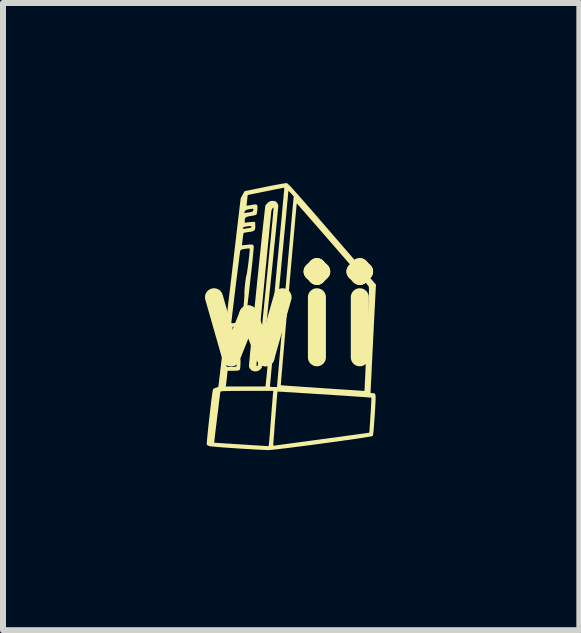
<source format=kicad_pcb>
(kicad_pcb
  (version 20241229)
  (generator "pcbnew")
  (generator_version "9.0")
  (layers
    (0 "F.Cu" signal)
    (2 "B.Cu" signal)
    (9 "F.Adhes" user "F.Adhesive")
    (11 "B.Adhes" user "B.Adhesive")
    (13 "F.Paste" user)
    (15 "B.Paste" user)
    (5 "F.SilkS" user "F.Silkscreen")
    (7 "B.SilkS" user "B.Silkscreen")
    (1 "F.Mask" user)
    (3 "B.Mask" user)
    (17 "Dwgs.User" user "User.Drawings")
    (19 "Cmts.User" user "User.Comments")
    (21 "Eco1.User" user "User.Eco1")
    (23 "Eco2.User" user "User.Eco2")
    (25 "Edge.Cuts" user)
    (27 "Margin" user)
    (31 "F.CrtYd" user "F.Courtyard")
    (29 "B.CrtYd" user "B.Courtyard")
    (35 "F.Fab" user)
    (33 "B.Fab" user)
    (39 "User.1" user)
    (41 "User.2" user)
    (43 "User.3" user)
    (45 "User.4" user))
  (footprint "wii"
    (layer "F.Cu")
    (at 1.8 2.223)
    (property "Reference" "wii" (at 0 0 0) (layer "F.SilkS") (effects (font (size 1.5 1.5) (thickness 0.3))))
    (attr board_only exclude_from_pos_files exclude_from_bom)
    (fp_poly (pts (xy -0.278 -1.926) (xy -0.258 -1.918) (xy -0.241 -1.901) (xy -0.238 -1.899) (xy -0.222 -1.874) (xy -0.214 -1.85) (xy -0.214 -1.846) (xy -0.215 -1.833) (xy -0.218 -1.803) (xy -0.222 -1.758) (xy -0.228 -1.697) (xy -0.235 -1.624) (xy -0.244 -1.538) (xy -0.253 -1.441) (xy -0.264 -1.335) (xy -0.276 -1.221) (xy -0.288 -1.1) (xy -0.301 -0.973) (xy -0.314 -0.841) (xy -0.328 -0.707) (xy -0.342 -0.57) (xy -0.356 -0.433) (xy -0.37 -0.296) (xy -0.384 -0.161) (xy -0.397 -0.03) (xy -0.41 0.098) (xy -0.423 0.219) (xy -0.435 0.334) (xy -0.446 0.44) (xy -0.456 0.537) (xy -0.465 0.623) (xy -0.473 0.698) (xy -0.479 0.758) (xy -0.484 0.805) (xy -0.488 0.835) (xy -0.489 0.849) (xy -0.49 0.849) (xy -0.5 0.865) (xy -0.518 0.885) (xy -0.523 0.889) (xy -0.559 0.908) (xy -0.602 0.914) (xy -0.643 0.905) (xy -0.669 0.889) (xy -0.691 0.863) (xy -0.703 0.835) (xy -0.703 0.835) (xy -0.703 0.822) (xy -0.701 0.803) (xy -0.577 0.803) (xy -0.575 0.822) (xy -0.569 0.829) (xy -0.561 0.821) (xy -0.555 0.803) (xy -0.553 0.788) (xy -0.549 0.756) (xy -0.544 0.708) (xy -0.537 0.646) (xy -0.529 0.571) (xy -0.52 0.485) (xy -0.51 0.387) (xy -0.499 0.281) (xy -0.487 0.167) (xy -0.475 0.046) (xy -0.462 -0.08) (xy -0.449 -0.211) (xy -0.436 -0.344) (xy -0.422 -0.478) (xy -0.409 -0.613) (xy -0.395 -0.747) (xy -0.382 -0.879) (xy -0.37 -1.007) (xy -0.358 -1.13) (xy -0.346 -1.247) (xy -0.335 -1.357) (xy -0.326 -1.457) (xy -0.317 -1.548) (xy -0.309 -1.628) (xy -0.303 -1.695) (xy -0.298 -1.749) (xy -0.295 -1.787) (xy -0.293 -1.809) (xy -0.293 -1.814) (xy -0.303 -1.813) (xy -0.314 -1.799) (xy -0.325 -1.777) (xy -0.33 -1.756) (xy -0.332 -1.742) (xy -0.335 -1.711) (xy -0.34 -1.665) (xy -0.346 -1.604) (xy -0.353 -1.53) (xy -0.362 -1.444) (xy -0.371 -1.347) (xy -0.382 -1.241) (xy -0.393 -1.127) (xy -0.405 -1.007) (xy -0.417 -0.881) (xy -0.43 -0.751) (xy -0.442 -0.619) (xy -0.455 -0.485) (xy -0.468 -0.351) (xy -0.481 -0.218) (xy -0.494 -0.088) (xy -0.506 0.039) (xy -0.517 0.16) (xy -0.528 0.275) (xy -0.538 0.382) (xy -0.548 0.479) (xy -0.556 0.567) (xy -0.563 0.643) (xy -0.569 0.705) (xy -0.573 0.754) (xy -0.576 0.786) (xy -0.577 0.802) (xy -0.577 0.803) (xy -0.701 0.803) (xy -0.701 0.792) (xy -0.697 0.747) (xy -0.691 0.686) (xy -0.685 0.612) (xy -0.676 0.526) (xy -0.667 0.43) (xy -0.657 0.324) (xy -0.646 0.209) (xy -0.634 0.088) (xy -0.621 -0.039) (xy -0.608 -0.171) (xy -0.594 -0.306) (xy -0.58 -0.442) (xy -0.566 -0.58) (xy -0.552 -0.716) (xy -0.538 -0.851) (xy -0.525 -0.982) (xy -0.511 -1.109) (xy -0.499 -1.23) (xy -0.487 -1.345) (xy -0.475 -1.45) (xy -0.465 -1.547) (xy -0.455 -1.632) (xy -0.447 -1.705) (xy -0.44 -1.765) (xy -0.435 -1.811) (xy -0.431 -1.84) (xy -0.429 -1.852) (xy -0.429 -1.852) (xy -0.416 -1.868) (xy -0.396 -1.889) (xy -0.386 -1.898) (xy -0.361 -1.917) (xy -0.335 -1.926) (xy -0.308 -1.927)) (stroke (width 0) (type solid)) (fill yes) (layer "F.SilkS"))
    (fp_poly (pts (xy -0.073 -2.222) (xy -0.066 -2.218) (xy -0.056 -2.211) (xy -0.044 -2.2) (xy -0.028 -2.184) (xy -0.007 -2.163) (xy 0.018 -2.136) (xy 0.049 -2.102) (xy 0.086 -2.06) (xy 0.131 -2.01) (xy 0.183 -1.951) (xy 0.243 -1.882) (xy 0.312 -1.803) (xy 0.391 -1.713) (xy 0.479 -1.61) (xy 0.579 -1.495) (xy 0.682 -1.376) (xy 1.413 -0.531) (xy 1.409 -0.473) (xy 1.408 -0.457) (xy 1.407 -0.425) (xy 1.404 -0.378) (xy 1.401 -0.317) (xy 1.397 -0.245) (xy 1.393 -0.162) (xy 1.388 -0.071) (xy 1.383 0.028) (xy 1.378 0.131) (xy 1.373 0.239) (xy 1.367 0.349) (xy 1.362 0.46) (xy 1.356 0.57) (xy 1.351 0.677) (xy 1.346 0.781) (xy 1.341 0.878) (xy 1.337 0.969) (xy 1.333 1.05) (xy 1.329 1.121) (xy 1.326 1.18) (xy 1.324 1.225) (xy 1.323 1.255) (xy 1.322 1.268) (xy 1.322 1.268) (xy 1.33 1.273) (xy 1.35 1.276) (xy 1.353 1.276) (xy 1.369 1.276) (xy 1.382 1.277) (xy 1.391 1.282) (xy 1.399 1.291) (xy 1.404 1.307) (xy 1.406 1.331) (xy 1.407 1.366) (xy 1.405 1.411) (xy 1.402 1.47) (xy 1.398 1.545) (xy 1.392 1.636) (xy 1.392 1.642) (xy 1.385 1.738) (xy 1.379 1.817) (xy 1.374 1.879) (xy 1.37 1.926) (xy 1.365 1.96) (xy 1.361 1.98) (xy 1.357 1.989) (xy 1.346 1.993) (xy 1.318 1.998) (xy 1.274 2.006) (xy 1.217 2.015) (xy 1.147 2.026) (xy 1.067 2.038) (xy 0.978 2.051) (xy 0.881 2.064) (xy 0.778 2.079) (xy 0.672 2.093) (xy 0.562 2.108) (xy 0.451 2.123) (xy 0.341 2.138) (xy 0.233 2.152) (xy 0.128 2.165) (xy 0.029 2.178) (xy -0.064 2.19) (xy -0.149 2.2) (xy -0.223 2.209) (xy -0.286 2.216) (xy -0.337 2.221) (xy -0.372 2.223) (xy -0.389 2.224) (xy -0.415 2.223) (xy -0.458 2.221) (xy -0.514 2.218) (xy -0.582 2.215) (xy -0.66 2.21) (xy -0.744 2.205) (xy -0.832 2.2) (xy -0.894 2.196) (xy -0.982 2.19) (xy -1.066 2.184) (xy -1.144 2.179) (xy -1.212 2.173) (xy -1.27 2.168) (xy -1.316 2.164) (xy -1.346 2.161) (xy -1.357 2.159) (xy -1.384 2.149) (xy -1.402 2.137) (xy -1.406 2.132) (xy -1.406 2.121) (xy -1.405 2.098) (xy -1.282 2.098) (xy -1.282 2.101) (xy -1.273 2.101) (xy -1.246 2.103) (xy -1.205 2.106) (xy -1.151 2.109) (xy -1.085 2.114) (xy -1.01 2.118) (xy -0.927 2.124) (xy -0.838 2.129) (xy -0.833 2.13) (xy -0.744 2.135) (xy -0.66 2.141) (xy -0.584 2.145) (xy -0.517 2.15) (xy -0.462 2.153) (xy -0.419 2.156) (xy -0.391 2.158) (xy -0.38 2.159) (xy -0.38 2.159) (xy -0.376 2.151) (xy -0.373 2.135) (xy -0.298 2.135) (xy -0.296 2.148) (xy -0.294 2.151) (xy -0.284 2.15) (xy -0.257 2.146) (xy -0.215 2.14) (xy -0.158 2.133) (xy -0.088 2.123) (xy -0.006 2.112) (xy 0.086 2.1) (xy 0.188 2.086) (xy 0.297 2.071) (xy 0.412 2.056) (xy 0.504 2.043) (xy 0.624 2.027) (xy 0.738 2.012) (xy 0.845 1.997) (xy 0.944 1.983) (xy 1.034 1.971) (xy 1.113 1.96) (xy 1.18 1.951) (xy 1.233 1.944) (xy 1.272 1.938) (xy 1.294 1.935) (xy 1.3 1.934) (xy 1.302 1.924) (xy 1.304 1.898) (xy 1.307 1.86) (xy 1.31 1.811) (xy 1.314 1.754) (xy 1.318 1.692) (xy 1.322 1.629) (xy 1.326 1.566) (xy 1.329 1.506) (xy 1.332 1.452) (xy 1.334 1.407) (xy 1.335 1.374) (xy 1.336 1.355) (xy 1.336 1.351) (xy 1.326 1.35) (xy 1.299 1.348) (xy 1.258 1.344) (xy 1.202 1.34) (xy 1.135 1.336) (xy 1.057 1.33) (xy 0.971 1.325) (xy 0.878 1.318) (xy 0.779 1.312) (xy 0.677 1.305) (xy 0.573 1.298) (xy 0.469 1.292) (xy 0.366 1.285) (xy 0.266 1.279) (xy 0.171 1.273) (xy 0.082 1.267) (xy 0.001 1.262) (xy -0.071 1.258) (xy -0.131 1.254) (xy -0.178 1.252) (xy -0.211 1.25) (xy -0.227 1.25) (xy -0.228 1.25) (xy -0.229 1.259) (xy -0.232 1.285) (xy -0.235 1.325) (xy -0.24 1.377) (xy -0.245 1.438) (xy -0.25 1.508) (xy -0.256 1.582) (xy -0.262 1.66) (xy -0.269 1.738) (xy -0.275 1.816) (xy -0.28 1.889) (xy -0.285 1.957) (xy -0.29 2.018) (xy -0.294 2.068) (xy -0.296 2.105) (xy -0.298 2.128) (xy -0.298 2.135) (xy -0.373 2.135) (xy -0.372 2.13) (xy -0.369 2.107) (xy -0.367 2.085) (xy -0.364 2.048) (xy -0.359 1.997) (xy -0.354 1.934) (xy -0.349 1.863) (xy -0.343 1.784) (xy -0.336 1.702) (xy -0.335 1.685) (xy -0.329 1.603) (xy -0.323 1.525) (xy -0.317 1.453) (xy -0.312 1.391) (xy -0.308 1.34) (xy -0.305 1.302) (xy -0.302 1.28) (xy -0.302 1.278) (xy -0.297 1.238) (xy -0.735 1.238) (xy -0.841 1.238) (xy -0.93 1.239) (xy -1.003 1.239) (xy -1.061 1.24) (xy -1.106 1.241) (xy -1.139 1.243) (xy -1.161 1.245) (xy -1.174 1.247) (xy -1.178 1.25) (xy -1.18 1.261) (xy -1.184 1.288) (xy -1.189 1.329) (xy -1.196 1.381) (xy -1.204 1.443) (xy -1.212 1.512) (xy -1.221 1.585) (xy -1.231 1.661) (xy -1.24 1.738) (xy -1.249 1.813) (xy -1.258 1.884) (xy -1.265 1.948) (xy -1.272 2.004) (xy -1.277 2.049) (xy -1.28 2.081) (xy -1.282 2.098) (xy -1.405 2.098) (xy -1.405 2.093) (xy -1.401 2.051) (xy -1.396 1.997) (xy -1.39 1.934) (xy -1.383 1.863) (xy -1.375 1.787) (xy -1.366 1.707) (xy -1.357 1.627) (xy -1.348 1.549) (xy -1.339 1.474) (xy -1.331 1.405) (xy -1.323 1.343) (xy -1.316 1.293) (xy -1.311 1.254) (xy -1.306 1.23) (xy -1.306 1.229) (xy -1.299 1.209) (xy -1.287 1.197) (xy -1.264 1.189) (xy -1.257 1.187) (xy -1.231 1.178) (xy -1.215 1.168) (xy -1.213 1.164) (xy -1.091 1.164) (xy -0.76 1.164) (xy -0.429 1.164) (xy -0.429 1.162) (xy -0.354 1.162) (xy -0.345 1.169) (xy -0.318 1.173) (xy -0.295 1.173) (xy -0.237 1.173) (xy -0.234 1.143) (xy -0.173 1.143) (xy -0.172 1.143) (xy -0.163 1.144) (xy -0.136 1.147) (xy -0.094 1.15) (xy -0.038 1.154) (xy 0.031 1.159) (xy 0.112 1.164) (xy 0.202 1.171) (xy 0.3 1.177) (xy 0.406 1.184) (xy 0.504 1.191) (xy 0.637 1.2) (xy 0.752 1.208) (xy 0.851 1.214) (xy 0.935 1.22) (xy 1.005 1.224) (xy 1.063 1.228) (xy 1.11 1.231) (xy 1.146 1.234) (xy 1.174 1.235) (xy 1.194 1.237) (xy 1.207 1.237) (xy 1.216 1.238) (xy 1.22 1.237) (xy 1.221 1.237) (xy 1.221 1.237) (xy 1.221 1.236) (xy 1.221 1.236) (xy 1.221 1.227) (xy 1.223 1.2) (xy 1.225 1.157) (xy 1.227 1.1) (xy 1.231 1.029) (xy 1.235 0.946) (xy 1.239 0.852) (xy 1.244 0.749) (xy 1.25 0.637) (xy 1.255 0.519) (xy 1.261 0.395) (xy 1.262 0.373) (xy 1.269 0.227) (xy 1.275 0.098) (xy 1.28 -0.015) (xy 1.284 -0.112) (xy 1.288 -0.195) (xy 1.291 -0.265) (xy 1.293 -0.324) (xy 1.294 -0.372) (xy 1.295 -0.41) (xy 1.296 -0.441) (xy 1.295 -0.463) (xy 1.294 -0.48) (xy 1.293 -0.492) (xy 1.291 -0.5) (xy 1.289 -0.506) (xy 1.287 -0.509) (xy 1.275 -0.523) (xy 1.253 -0.549) (xy 1.222 -0.586) (xy 1.181 -0.634) (xy 1.133 -0.69) (xy 1.078 -0.753) (xy 1.018 -0.824) (xy 0.953 -0.899) (xy 0.884 -0.979) (xy 0.812 -1.061) (xy 0.739 -1.146) (xy 0.665 -1.231) (xy 0.591 -1.316) (xy 0.519 -1.399) (xy 0.449 -1.479) (xy 0.383 -1.555) (xy 0.321 -1.626) (xy 0.264 -1.691) (xy 0.214 -1.749) (xy 0.171 -1.797) (xy 0.137 -1.836) (xy 0.112 -1.865) (xy 0.097 -1.88) (xy 0.093 -1.884) (xy 0.092 -1.874) (xy 0.089 -1.847) (xy 0.085 -1.804) (xy 0.08 -1.746) (xy 0.073 -1.675) (xy 0.065 -1.59) (xy 0.057 -1.494) (xy 0.047 -1.388) (xy 0.037 -1.273) (xy 0.026 -1.15) (xy 0.014 -1.02) (xy 0.002 -0.885) (xy -0.01 -0.746) (xy -0.023 -0.603) (xy -0.035 -0.459) (xy -0.048 -0.314) (xy -0.061 -0.169) (xy -0.073 -0.026) (xy -0.085 0.114) (xy -0.097 0.25) (xy -0.109 0.381) (xy -0.119 0.506) (xy -0.129 0.623) (xy -0.139 0.731) (xy -0.147 0.829) (xy -0.154 0.916) (xy -0.161 0.991) (xy -0.166 1.052) (xy -0.169 1.099) (xy -0.172 1.129) (xy -0.173 1.143) (xy -0.234 1.143) (xy -0.104 -0.356) (xy -0.089 -0.524) (xy -0.075 -0.688) (xy -0.061 -0.846) (xy -0.048 -0.997) (xy -0.035 -1.141) (xy -0.023 -1.276) (xy -0.012 -1.402) (xy -0.002 -1.518) (xy 0.007 -1.621) (xy 0.015 -1.713) (xy 0.022 -1.79) (xy 0.028 -1.853) (xy 0.032 -1.9) (xy 0.035 -1.931) (xy 0.036 -1.943) (xy 0.043 -2) (xy -0.001 -2.05) (xy -0.023 -2.073) (xy -0.039 -2.088) (xy -0.046 -2.092) (xy -0.046 -2.092) (xy -0.047 -2.082) (xy -0.05 -2.055) (xy -0.054 -2.01) (xy -0.059 -1.951) (xy -0.067 -1.876) (xy -0.075 -1.788) (xy -0.084 -1.686) (xy -0.095 -1.573) (xy -0.107 -1.449) (xy -0.12 -1.315) (xy -0.133 -1.171) (xy -0.148 -1.02) (xy -0.163 -0.861) (xy -0.178 -0.696) (xy -0.195 -0.526) (xy -0.2 -0.467) (xy -0.216 -0.295) (xy -0.232 -0.128) (xy -0.248 0.033) (xy -0.262 0.187) (xy -0.276 0.334) (xy -0.289 0.471) (xy -0.301 0.599) (xy -0.312 0.717) (xy -0.322 0.822) (xy -0.331 0.916) (xy -0.338 0.995) (xy -0.345 1.061) (xy -0.349 1.111) (xy -0.352 1.144) (xy -0.354 1.161) (xy -0.354 1.162) (xy -0.429 1.162) (xy -0.424 1.134) (xy -0.423 1.121) (xy -0.42 1.091) (xy -0.415 1.045) (xy -0.409 0.984) (xy -0.402 0.909) (xy -0.393 0.822) (xy -0.384 0.723) (xy -0.373 0.614) (xy -0.362 0.496) (xy -0.35 0.37) (xy -0.337 0.236) (xy -0.324 0.097) (xy -0.311 -0.046) (xy -0.297 -0.194) (xy -0.282 -0.343) (xy -0.268 -0.494) (xy -0.254 -0.645) (xy -0.24 -0.795) (xy -0.226 -0.943) (xy -0.212 -1.087) (xy -0.199 -1.227) (xy -0.187 -1.361) (xy -0.175 -1.489) (xy -0.163 -1.608) (xy -0.153 -1.719) (xy -0.144 -1.819) (xy -0.136 -1.909) (xy -0.128 -1.985) (xy -0.123 -2.049) (xy -0.118 -2.097) (xy -0.116 -2.13) (xy -0.114 -2.145) (xy -0.114 -2.147) (xy -0.124 -2.145) (xy -0.149 -2.141) (xy -0.188 -2.133) (xy -0.24 -2.123) (xy -0.3 -2.111) (xy -0.369 -2.097) (xy -0.42 -2.087) (xy -0.724 -2.025) (xy -0.734 -1.937) (xy -0.738 -1.899) (xy -0.741 -1.869) (xy -0.742 -1.851) (xy -0.742 -1.847) (xy -0.733 -1.848) (xy -0.709 -1.851) (xy -0.677 -1.857) (xy -0.663 -1.859) (xy -0.618 -1.867) (xy -0.587 -1.868) (xy -0.57 -1.86) (xy -0.562 -1.841) (xy -0.561 -1.81) (xy -0.564 -1.779) (xy -0.568 -1.744) (xy -0.573 -1.715) (xy -0.578 -1.699) (xy -0.579 -1.698) (xy -0.591 -1.692) (xy -0.618 -1.685) (xy -0.653 -1.678) (xy -0.668 -1.676) (xy -0.714 -1.668) (xy -0.744 -1.659) (xy -0.762 -1.646) (xy -0.771 -1.627) (xy -0.773 -1.6) (xy -0.773 -1.599) (xy -0.773 -1.563) (xy -0.719 -1.57) (xy -0.683 -1.574) (xy -0.649 -1.577) (xy -0.633 -1.578) (xy -0.601 -1.578) (xy -0.598 -1.522) (xy -0.598 -1.479) (xy -0.604 -1.45) (xy -0.619 -1.431) (xy -0.645 -1.419) (xy -0.687 -1.411) (xy -0.7 -1.409) (xy -0.737 -1.404) (xy -0.768 -1.399) (xy -0.786 -1.394) (xy -0.789 -1.393) (xy -0.795 -1.382) (xy -0.8 -1.357) (xy -0.804 -1.324) (xy -0.805 -1.32) (xy -0.809 -1.281) (xy -0.813 -1.245) (xy -0.816 -1.22) (xy -0.821 -1.187) (xy -0.738 -1.195) (xy -0.69 -1.2) (xy -0.658 -1.2) (xy -0.638 -1.196) (xy -0.628 -1.186) (xy -0.624 -1.168) (xy -0.624 -1.155) (xy -0.625 -1.135) (xy -0.628 -1.099) (xy -0.633 -1.049) (xy -0.639 -0.987) (xy -0.646 -0.915) (xy -0.655 -0.835) (xy -0.664 -0.748) (xy -0.675 -0.656) (xy -0.685 -0.561) (xy -0.696 -0.465) (xy -0.707 -0.37) (xy -0.718 -0.278) (xy -0.728 -0.189) (xy -0.738 -0.107) (xy -0.747 -0.033) (xy -0.756 0.032) (xy -0.762 0.084) (xy -0.768 0.124) (xy -0.772 0.148) (xy -0.774 0.155) (xy -0.785 0.161) (xy -0.808 0.165) (xy -0.846 0.167) (xy -0.881 0.168) (xy -0.925 0.168) (xy -0.953 0.169) (xy -0.969 0.172) (xy -0.976 0.177) (xy -0.978 0.184) (xy -0.979 0.197) (xy -0.982 0.227) (xy -0.986 0.269) (xy -0.992 0.322) (xy -0.999 0.382) (xy -1.005 0.438) (xy -1.013 0.503) (xy -1.02 0.562) (xy -1.025 0.614) (xy -1.03 0.654) (xy -1.033 0.681) (xy -1.033 0.691) (xy -1.031 0.698) (xy -1.023 0.703) (xy -1.004 0.706) (xy -0.973 0.708) (xy -0.938 0.71) (xy -0.843 0.712) (xy -0.845 0.796) (xy -0.847 0.839) (xy -0.851 0.867) (xy -0.856 0.884) (xy -0.863 0.892) (xy -0.882 0.898) (xy -0.917 0.902) (xy -0.967 0.903) (xy -0.969 0.903) (xy -1.059 0.903) (xy -1.07 1.008) (xy -1.075 1.053) (xy -1.08 1.093) (xy -1.084 1.124) (xy -1.086 1.138) (xy -1.091 1.164) (xy -1.213 1.164) (xy -1.213 1.163) (xy -1.211 1.153) (xy -1.208 1.125) (xy -1.202 1.08) (xy -1.195 1.02) (xy -1.186 0.945) (xy -1.176 0.856) (xy -1.171 0.82) (xy -1.08 0.82) (xy -1.078 0.829) (xy -1.071 0.834) (xy -1.055 0.837) (xy -1.026 0.838) (xy -0.997 0.838) (xy -0.958 0.838) (xy -0.933 0.836) (xy -0.919 0.832) (xy -0.912 0.826) (xy -0.909 0.817) (xy -0.904 0.797) (xy -0.906 0.784) (xy -0.916 0.777) (xy -0.938 0.774) (xy -0.974 0.773) (xy -0.986 0.773) (xy -1.029 0.773) (xy -1.056 0.777) (xy -1.072 0.784) (xy -1.078 0.797) (xy -1.08 0.818) (xy -1.08 0.82) (xy -1.171 0.82) (xy -1.164 0.755) (xy -1.15 0.642) (xy -1.135 0.518) (xy -1.12 0.385) (xy -1.103 0.242) (xy -1.087 0.108) (xy -0.996 0.108) (xy -0.988 0.11) (xy -0.967 0.11) (xy -0.947 0.108) (xy -0.91 0.105) (xy -0.874 0.103) (xy -0.861 0.103) (xy -0.823 0.102) (xy -0.798 -0.128) (xy -0.792 -0.193) (xy -0.786 -0.252) (xy -0.782 -0.303) (xy -0.779 -0.343) (xy -0.778 -0.37) (xy -0.779 -0.379) (xy -0.78 -0.396) (xy -0.778 -0.426) (xy -0.775 -0.467) (xy -0.771 -0.513) (xy -0.766 -0.561) (xy -0.76 -0.607) (xy -0.754 -0.647) (xy -0.749 -0.678) (xy -0.744 -0.694) (xy -0.743 -0.695) (xy -0.74 -0.706) (xy -0.736 -0.733) (xy -0.73 -0.772) (xy -0.723 -0.819) (xy -0.716 -0.872) (xy -0.709 -0.927) (xy -0.703 -0.981) (xy -0.697 -1.031) (xy -0.693 -1.074) (xy -0.69 -1.106) (xy -0.689 -1.121) (xy -0.691 -1.13) (xy -0.7 -1.134) (xy -0.721 -1.134) (xy -0.738 -1.132) (xy -0.783 -1.126) (xy -0.813 -1.12) (xy -0.832 -1.113) (xy -0.843 -1.105) (xy -0.848 -1.098) (xy -0.85 -1.087) (xy -0.854 -1.06) (xy -0.86 -1.018) (xy -0.867 -0.963) (xy -0.875 -0.897) (xy -0.885 -0.822) (xy -0.895 -0.74) (xy -0.906 -0.653) (xy -0.918 -0.562) (xy -0.929 -0.47) (xy -0.94 -0.379) (xy -0.951 -0.29) (xy -0.961 -0.205) (xy -0.97 -0.127) (xy -0.979 -0.056) (xy -0.986 0.004) (xy -0.991 0.052) (xy -0.995 0.087) (xy -0.996 0.106) (xy -0.996 0.108) (xy -1.087 0.108) (xy -1.085 0.092) (xy -1.066 -0.065) (xy -1.047 -0.229) (xy -1.027 -0.397) (xy -1.025 -0.41) (xy -0.901 -1.466) (xy -0.805 -1.466) (xy -0.797 -1.463) (xy -0.775 -1.464) (xy -0.761 -1.466) (xy -0.728 -1.471) (xy -0.697 -1.475) (xy -0.687 -1.477) (xy -0.667 -1.485) (xy -0.661 -1.496) (xy -0.664 -1.504) (xy -0.676 -1.507) (xy -0.7 -1.506) (xy -0.715 -1.504) (xy -0.755 -1.499) (xy -0.781 -1.494) (xy -0.795 -1.487) (xy -0.803 -1.478) (xy -0.805 -1.475) (xy -0.805 -1.466) (xy -0.901 -1.466) (xy -0.87 -1.727) (xy -0.782 -1.727) (xy -0.779 -1.726) (xy -0.767 -1.727) (xy -0.744 -1.73) (xy -0.707 -1.735) (xy -0.676 -1.74) (xy -0.65 -1.747) (xy -0.637 -1.759) (xy -0.632 -1.772) (xy -0.629 -1.785) (xy -0.631 -1.793) (xy -0.641 -1.796) (xy -0.662 -1.794) (xy -0.698 -1.788) (xy -0.703 -1.787) (xy -0.737 -1.78) (xy -0.757 -1.771) (xy -0.769 -1.76) (xy -0.772 -1.754) (xy -0.779 -1.736) (xy -0.782 -1.727) (xy -0.87 -1.727) (xy -0.841 -1.97) (xy -0.809 -2.03) (xy -0.777 -2.089) (xy -0.442 -2.157) (xy -0.365 -2.173) (xy -0.292 -2.187) (xy -0.226 -2.199) (xy -0.169 -2.21) (xy -0.124 -2.217) (xy -0.093 -2.222) (xy -0.078 -2.223)) (stroke (width 0) (type solid)) (fill yes) (layer "F.SilkS")))
  (gr_rect
    (start -3 -3)
    (end 6.6 7.447)
    (stroke (width 0.1) (type default))
    (fill no)
    (layer "Edge.Cuts")))
</source>
